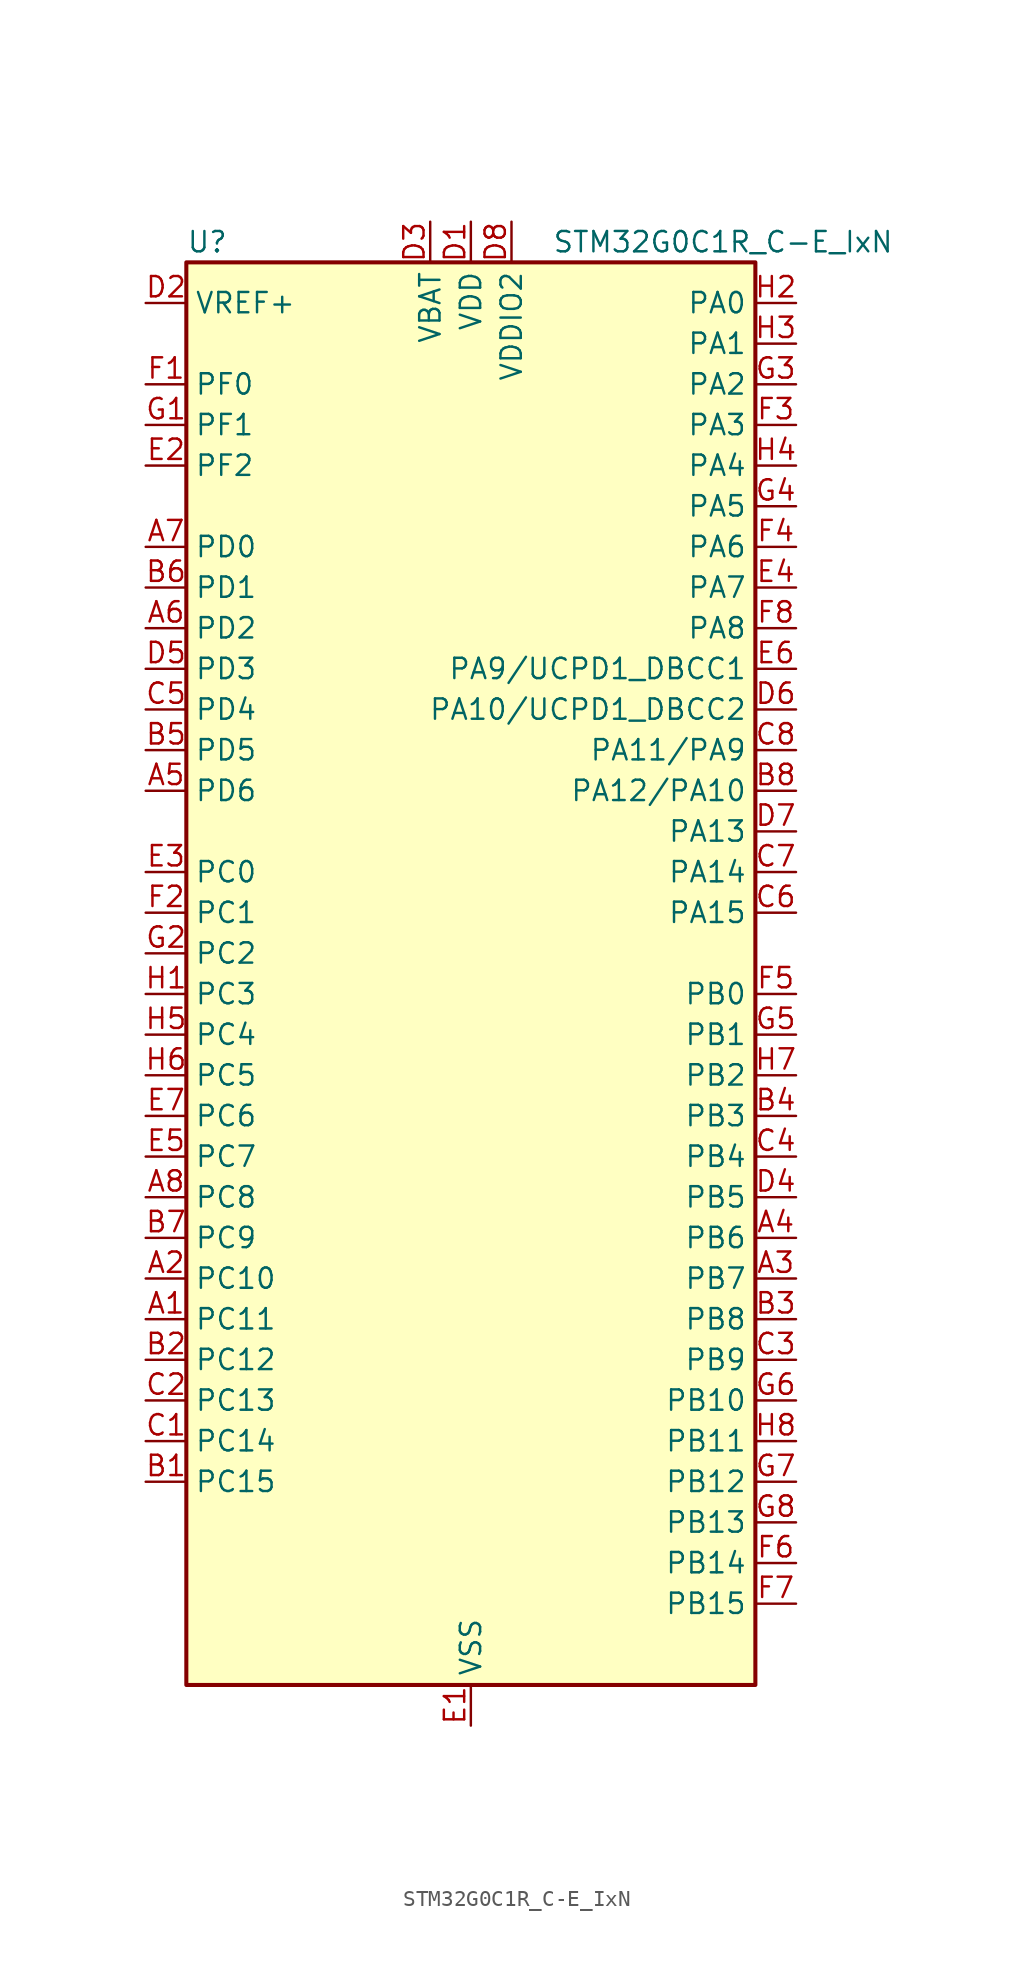
<source format=kicad_sym>
(kicad_symbol_lib
  (version 20231120)
  (generator "kicad_symbol_editor")
  (generator_version "8.0")
  (symbol "STM32G0C1R_C-E_IxN"
    (property "Reference" "U"
      (at -17.78 46.99 0)
      (effects (font (size 1.27 1.27)) (justify left)))
    (property "Value" "STM32G0C1R_C-E_IxN"
      (at 5.08 46.99 0)
      (effects (font (size 1.27 1.27)) (justify left)))
    (property "ki_locked" ""
      (at 0 0 0)
      (effects (font (size 1.27 1.27))))
    (symbol "STM32G0C1R_C-E_IxN_0_1"
      (rectangle (start -17.78 -43.18) (end 17.78 45.72) (stroke (width 0.254) (type default)) (fill (type background))))
    (symbol "STM32G0C1R_C-E_IxN_1_1"
      (pin bidirectional line (at -20.32 -20.32 0) (length 2.54) (name "PC11" (effects (font (size 1.27 1.27)))) (number "A1" (effects (font (size 1.27 1.27)))) (alternate "ADC1_EXTI11" bidirectional line) (alternate "SPI3_MISO" bidirectional line) (alternate "TIM1_CH4" bidirectional line) (alternate "USART3_RX" bidirectional line) (alternate "USART4_RX" bidirectional line))
      (pin bidirectional line (at -20.32 -17.78 0) (length 2.54) (name "PC10" (effects (font (size 1.27 1.27)))) (number "A2" (effects (font (size 1.27 1.27)))) (alternate "SPI3_SCK" bidirectional line) (alternate "TIM1_CH3" bidirectional line) (alternate "USART3_TX" bidirectional line) (alternate "USART4_TX" bidirectional line))
      (pin bidirectional line (at 20.32 -17.78 180) (length 2.54) (name "PB7" (effects (font (size 1.27 1.27)))) (number "A3" (effects (font (size 1.27 1.27)))) (alternate "COMP2_INM" bidirectional line) (alternate "I2C1_SDA" bidirectional line) (alternate "I2S2_SD" bidirectional line) (alternate "LPTIM1_IN2" bidirectional line) (alternate "LPUART2_RX" bidirectional line) (alternate "SPI2_MOSI" bidirectional line) (alternate "SYS_PVD_IN" bidirectional line) (alternate "TIM17_CH1N" bidirectional line) (alternate "TIM4_CH2" bidirectional line) (alternate "USART1_RX" bidirectional line) (alternate "USART4_CTS" bidirectional line) (alternate "USART4_NSS" bidirectional line))
      (pin bidirectional line (at 20.32 -15.24 180) (length 2.54) (name "PB6" (effects (font (size 1.27 1.27)))) (number "A4" (effects (font (size 1.27 1.27)))) (alternate "COMP2_INP" bidirectional line) (alternate "FDCAN2_TX" bidirectional line) (alternate "I2C1_SCL" bidirectional line) (alternate "I2S2_MCK" bidirectional line) (alternate "LPTIM1_ETR" bidirectional line) (alternate "LPUART2_TX" bidirectional line) (alternate "SPI2_MISO" bidirectional line) (alternate "TIM16_CH1N" bidirectional line) (alternate "TIM1_CH3" bidirectional line) (alternate "TIM4_CH1" bidirectional line) (alternate "USART1_TX" bidirectional line) (alternate "USART5_CTS" bidirectional line) (alternate "USART5_NSS" bidirectional line))
      (pin bidirectional line (at -20.32 12.7 0) (length 2.54) (name "PD6" (effects (font (size 1.27 1.27)))) (number "A5" (effects (font (size 1.27 1.27)))) (alternate "I2S1_SD" bidirectional line) (alternate "LPTIM2_OUT" bidirectional line) (alternate "SPI1_MOSI" bidirectional line) (alternate "USART2_RX" bidirectional line))
      (pin bidirectional line (at -20.32 22.86 0) (length 2.54) (name "PD2" (effects (font (size 1.27 1.27)))) (number "A6" (effects (font (size 1.27 1.27)))) (alternate "TIM1_CH1N" bidirectional line) (alternate "TIM3_ETR" bidirectional line) (alternate "UCPD2_CC2" bidirectional line) (alternate "USART3_CK" bidirectional line) (alternate "USART3_DE" bidirectional line) (alternate "USART3_RTS" bidirectional line) (alternate "USART5_RX" bidirectional line))
      (pin bidirectional line (at -20.32 27.94 0) (length 2.54) (name "PD0" (effects (font (size 1.27 1.27)))) (number "A7" (effects (font (size 1.27 1.27)))) (alternate "FDCAN1_RX" bidirectional line) (alternate "I2S2_WS" bidirectional line) (alternate "SPI2_NSS" bidirectional line) (alternate "TIM16_CH1" bidirectional line) (alternate "UCPD2_CC1" bidirectional line))
      (pin bidirectional line (at -20.32 -12.7 0) (length 2.54) (name "PC8" (effects (font (size 1.27 1.27)))) (number "A8" (effects (font (size 1.27 1.27)))) (alternate "LPUART2_CTS" bidirectional line) (alternate "TIM1_CH1" bidirectional line) (alternate "TIM3_CH3" bidirectional line) (alternate "UCPD2_FRSTX1" bidirectional line) (alternate "UCPD2_FRSTX2" bidirectional line))
      (pin bidirectional line (at -20.32 -30.48 0) (length 2.54) (name "PC15" (effects (font (size 1.27 1.27)))) (number "B1" (effects (font (size 1.27 1.27)))) (alternate "RCC_OSC32_EN" bidirectional line) (alternate "RCC_OSC32_OUT" bidirectional line) (alternate "RCC_OSC_EN" bidirectional line) (alternate "TIM15_BK" bidirectional line))
      (pin bidirectional line (at -20.32 -22.86 0) (length 2.54) (name "PC12" (effects (font (size 1.27 1.27)))) (number "B2" (effects (font (size 1.27 1.27)))) (alternate "LPTIM1_IN1" bidirectional line) (alternate "SPI3_MOSI" bidirectional line) (alternate "TIM14_CH1" bidirectional line) (alternate "UCPD1_FRSTX1" bidirectional line) (alternate "UCPD1_FRSTX2" bidirectional line) (alternate "USART5_TX" bidirectional line))
      (pin bidirectional line (at 20.32 -20.32 180) (length 2.54) (name "PB8" (effects (font (size 1.27 1.27)))) (number "B3" (effects (font (size 1.27 1.27)))) (alternate "CEC" bidirectional line) (alternate "FDCAN1_RX" bidirectional line) (alternate "I2C1_SCL" bidirectional line) (alternate "I2S2_CK" bidirectional line) (alternate "SPI2_SCK" bidirectional line) (alternate "TIM15_BK" bidirectional line) (alternate "TIM16_CH1" bidirectional line) (alternate "TIM4_CH3" bidirectional line) (alternate "USART3_TX" bidirectional line) (alternate "USART6_TX" bidirectional line))
      (pin bidirectional line (at 20.32 -7.62 180) (length 2.54) (name "PB3" (effects (font (size 1.27 1.27)))) (number "B4" (effects (font (size 1.27 1.27)))) (alternate "COMP2_INM" bidirectional line) (alternate "I2C2_SCL" bidirectional line) (alternate "I2C3_SCL" bidirectional line) (alternate "I2S1_CK" bidirectional line) (alternate "SPI1_SCK" bidirectional line) (alternate "SPI3_SCK" bidirectional line) (alternate "TIM1_CH2" bidirectional line) (alternate "TIM2_CH2" bidirectional line) (alternate "USART1_CK" bidirectional line) (alternate "USART1_DE" bidirectional line) (alternate "USART1_RTS" bidirectional line) (alternate "USART5_TX" bidirectional line))
      (pin bidirectional line (at -20.32 15.24 0) (length 2.54) (name "PD5" (effects (font (size 1.27 1.27)))) (number "B5" (effects (font (size 1.27 1.27)))) (alternate "I2S1_MCK" bidirectional line) (alternate "SPI1_MISO" bidirectional line) (alternate "TIM1_BK" bidirectional line) (alternate "USART2_TX" bidirectional line) (alternate "USART5_CTS" bidirectional line) (alternate "USART5_NSS" bidirectional line))
      (pin bidirectional line (at -20.32 25.4 0) (length 2.54) (name "PD1" (effects (font (size 1.27 1.27)))) (number "B6" (effects (font (size 1.27 1.27)))) (alternate "FDCAN1_TX" bidirectional line) (alternate "I2S2_CK" bidirectional line) (alternate "SPI2_SCK" bidirectional line) (alternate "TIM17_CH1" bidirectional line) (alternate "UCPD2_DBCC1" bidirectional line))
      (pin bidirectional line (at -20.32 -15.24 0) (length 2.54) (name "PC9" (effects (font (size 1.27 1.27)))) (number "B7" (effects (font (size 1.27 1.27)))) (alternate "DAC1_EXTI9" bidirectional line) (alternate "I2S_CKIN" bidirectional line) (alternate "LPUART2_DE" bidirectional line) (alternate "LPUART2_RTS" bidirectional line) (alternate "TIM1_CH2" bidirectional line) (alternate "TIM3_CH4" bidirectional line) (alternate "USB_NOE" bidirectional line))
      (pin bidirectional line (at 20.32 12.7 180) (length 2.54) (name "PA12/PA10" (effects (font (size 1.27 1.27)))) (number "B8" (effects (font (size 1.27 1.27)))) (alternate "COMP2_OUT" bidirectional line) (alternate "FDCAN1_TX" bidirectional line) (alternate "I2C2_SDA" bidirectional line) (alternate "I2S1_SD" bidirectional line) (alternate "I2S_CKIN" bidirectional line) (alternate "SPI1_MOSI" bidirectional line) (alternate "TIM1_ETR" bidirectional line) (alternate "USART1_CK" bidirectional line) (alternate "USART1_DE" bidirectional line) (alternate "USART1_RTS" bidirectional line) (alternate "USB_DP" bidirectional line))
      (pin bidirectional line (at -20.32 -27.94 0) (length 2.54) (name "PC14" (effects (font (size 1.27 1.27)))) (number "C1" (effects (font (size 1.27 1.27)))) (alternate "RCC_OSC32_IN" bidirectional line) (alternate "TIM1_BK2" bidirectional line))
      (pin bidirectional line (at -20.32 -25.4 0) (length 2.54) (name "PC13" (effects (font (size 1.27 1.27)))) (number "C2" (effects (font (size 1.27 1.27)))) (alternate "RTC_OUT1" bidirectional line) (alternate "RTC_TAMP_IN1" bidirectional line) (alternate "RTC_TS" bidirectional line) (alternate "SYS_WKUP2" bidirectional line) (alternate "TIM1_BK" bidirectional line))
      (pin bidirectional line (at 20.32 -22.86 180) (length 2.54) (name "PB9" (effects (font (size 1.27 1.27)))) (number "C3" (effects (font (size 1.27 1.27)))) (alternate "DAC1_EXTI9" bidirectional line) (alternate "FDCAN1_TX" bidirectional line) (alternate "I2C1_SDA" bidirectional line) (alternate "I2S2_WS" bidirectional line) (alternate "IR_OUT" bidirectional line) (alternate "SPI2_NSS" bidirectional line) (alternate "TIM17_CH1" bidirectional line) (alternate "TIM4_CH4" bidirectional line) (alternate "UCPD2_FRSTX1" bidirectional line) (alternate "UCPD2_FRSTX2" bidirectional line) (alternate "USART3_RX" bidirectional line) (alternate "USART6_RX" bidirectional line))
      (pin bidirectional line (at 20.32 -10.16 180) (length 2.54) (name "PB4" (effects (font (size 1.27 1.27)))) (number "C4" (effects (font (size 1.27 1.27)))) (alternate "COMP2_INP" bidirectional line) (alternate "I2C2_SDA" bidirectional line) (alternate "I2C3_SDA" bidirectional line) (alternate "I2S1_MCK" bidirectional line) (alternate "SPI1_MISO" bidirectional line) (alternate "SPI3_MISO" bidirectional line) (alternate "TIM17_BK" bidirectional line) (alternate "TIM3_CH1" bidirectional line) (alternate "USART1_CTS" bidirectional line) (alternate "USART1_NSS" bidirectional line) (alternate "USART5_RX" bidirectional line))
      (pin bidirectional line (at -20.32 17.78 0) (length 2.54) (name "PD4" (effects (font (size 1.27 1.27)))) (number "C5" (effects (font (size 1.27 1.27)))) (alternate "I2S2_SD" bidirectional line) (alternate "SPI2_MOSI" bidirectional line) (alternate "TIM1_CH3N" bidirectional line) (alternate "USART2_CK" bidirectional line) (alternate "USART2_DE" bidirectional line) (alternate "USART2_RTS" bidirectional line) (alternate "USART5_CK" bidirectional line) (alternate "USART5_DE" bidirectional line) (alternate "USART5_RTS" bidirectional line))
      (pin bidirectional line (at 20.32 5.08 180) (length 2.54) (name "PA15" (effects (font (size 1.27 1.27)))) (number "C6" (effects (font (size 1.27 1.27)))) (alternate "I2C2_SMBA" bidirectional line) (alternate "I2S1_WS" bidirectional line) (alternate "RCC_MCO_2" bidirectional line) (alternate "SPI1_NSS" bidirectional line) (alternate "SPI3_NSS" bidirectional line) (alternate "TIM2_CH1" bidirectional line) (alternate "TIM2_ETR" bidirectional line) (alternate "USART2_RX" bidirectional line) (alternate "USART3_CK" bidirectional line) (alternate "USART3_DE" bidirectional line) (alternate "USART3_RTS" bidirectional line) (alternate "USART4_CK" bidirectional line) (alternate "USART4_DE" bidirectional line) (alternate "USART4_RTS" bidirectional line) (alternate "USB_NOE" bidirectional line))
      (pin bidirectional line (at 20.32 7.62 180) (length 2.54) (name "PA14" (effects (font (size 1.27 1.27)))) (number "C7" (effects (font (size 1.27 1.27)))) (alternate "LPUART2_TX" bidirectional line) (alternate "SYS_SWCLK" bidirectional line) (alternate "USART2_TX" bidirectional line))
      (pin bidirectional line (at 20.32 15.24 180) (length 2.54) (name "PA11/PA9" (effects (font (size 1.27 1.27)))) (number "C8" (effects (font (size 1.27 1.27)))) (alternate "ADC1_EXTI11" bidirectional line) (alternate "COMP1_OUT" bidirectional line) (alternate "FDCAN1_RX" bidirectional line) (alternate "I2C2_SCL" bidirectional line) (alternate "I2S1_MCK" bidirectional line) (alternate "SPI1_MISO" bidirectional line) (alternate "TIM1_BK2" bidirectional line) (alternate "TIM1_CH4" bidirectional line) (alternate "USART1_CTS" bidirectional line) (alternate "USART1_NSS" bidirectional line) (alternate "USB_DM" bidirectional line))
      (pin power_in line (at 0 48.26 270) (length 2.54) (name "VDD" (effects (font (size 1.27 1.27)))) (number "D1" (effects (font (size 1.27 1.27)))))
      (pin input line (at -20.32 43.18 0) (length 2.54) (name "VREF+" (effects (font (size 1.27 1.27)))) (number "D2" (effects (font (size 1.27 1.27)))) (alternate "VREFBUF_OUT" bidirectional line))
      (pin power_in line (at -2.54 48.26 270) (length 2.54) (name "VBAT" (effects (font (size 1.27 1.27)))) (number "D3" (effects (font (size 1.27 1.27)))))
      (pin bidirectional line (at 20.32 -12.7 180) (length 2.54) (name "PB5" (effects (font (size 1.27 1.27)))) (number "D4" (effects (font (size 1.27 1.27)))) (alternate "COMP2_OUT" bidirectional line) (alternate "FDCAN2_RX" bidirectional line) (alternate "I2C1_SMBA" bidirectional line) (alternate "I2S1_SD" bidirectional line) (alternate "LPTIM1_IN1" bidirectional line) (alternate "SPI1_MOSI" bidirectional line) (alternate "SPI3_MOSI" bidirectional line) (alternate "SYS_WKUP6" bidirectional line) (alternate "TIM16_BK" bidirectional line) (alternate "TIM3_CH2" bidirectional line) (alternate "USART5_CK" bidirectional line) (alternate "USART5_DE" bidirectional line) (alternate "USART5_RTS" bidirectional line))
      (pin bidirectional line (at -20.32 20.32 0) (length 2.54) (name "PD3" (effects (font (size 1.27 1.27)))) (number "D5" (effects (font (size 1.27 1.27)))) (alternate "I2S2_MCK" bidirectional line) (alternate "SPI2_MISO" bidirectional line) (alternate "TIM1_CH2N" bidirectional line) (alternate "UCPD2_DBCC2" bidirectional line) (alternate "USART2_CTS" bidirectional line) (alternate "USART2_NSS" bidirectional line) (alternate "USART5_TX" bidirectional line))
      (pin bidirectional line (at 20.32 17.78 180) (length 2.54) (name "PA10/UCPD1_DBCC2" (effects (font (size 1.27 1.27)))) (number "D6" (effects (font (size 1.27 1.27)))) (alternate "I2C1_SDA" bidirectional line) (alternate "I2C2_SDA" bidirectional line) (alternate "I2S2_SD" bidirectional line) (alternate "RCC_MCO_2" bidirectional line) (alternate "SPI2_MOSI" bidirectional line) (alternate "TIM17_BK" bidirectional line) (alternate "TIM1_CH3" bidirectional line) (alternate "UCPD1_DBCC2" bidirectional line) (alternate "USART1_RX" bidirectional line))
      (pin bidirectional line (at 20.32 10.16 180) (length 2.54) (name "PA13" (effects (font (size 1.27 1.27)))) (number "D7" (effects (font (size 1.27 1.27)))) (alternate "IR_OUT" bidirectional line) (alternate "LPUART2_RX" bidirectional line) (alternate "SYS_SWDIO" bidirectional line) (alternate "USB_NOE" bidirectional line))
      (pin power_in line (at 2.54 48.26 270) (length 2.54) (name "VDDIO2" (effects (font (size 1.27 1.27)))) (number "D8" (effects (font (size 1.27 1.27)))))
      (pin power_in line (at 0 -45.72 90) (length 2.54) (name "VSS" (effects (font (size 1.27 1.27)))) (number "E1" (effects (font (size 1.27 1.27)))))
      (pin bidirectional line (at -20.32 33.02 0) (length 2.54) (name "PF2" (effects (font (size 1.27 1.27)))) (number "E2" (effects (font (size 1.27 1.27)))) (alternate "LPUART2_DE" bidirectional line) (alternate "LPUART2_RTS" bidirectional line) (alternate "LPUART2_TX" bidirectional line) (alternate "RCC_MCO" bidirectional line))
      (pin bidirectional line (at -20.32 7.62 0) (length 2.54) (name "PC0" (effects (font (size 1.27 1.27)))) (number "E3" (effects (font (size 1.27 1.27)))) (alternate "COMP3_INM" bidirectional line) (alternate "COMP3_OUT" bidirectional line) (alternate "I2C3_SCL" bidirectional line) (alternate "LPTIM1_IN1" bidirectional line) (alternate "LPTIM2_IN1" bidirectional line) (alternate "LPUART1_RX" bidirectional line) (alternate "LPUART2_TX" bidirectional line) (alternate "USART6_TX" bidirectional line))
      (pin bidirectional line (at 20.32 25.4 180) (length 2.54) (name "PA7" (effects (font (size 1.27 1.27)))) (number "E4" (effects (font (size 1.27 1.27)))) (alternate "ADC1_IN7" bidirectional line) (alternate "COMP2_OUT" bidirectional line) (alternate "I2C2_SCL" bidirectional line) (alternate "I2C3_SCL" bidirectional line) (alternate "I2S1_SD" bidirectional line) (alternate "SPI1_MOSI" bidirectional line) (alternate "TIM14_CH1" bidirectional line) (alternate "TIM17_CH1" bidirectional line) (alternate "TIM1_CH1N" bidirectional line) (alternate "TIM3_CH2" bidirectional line) (alternate "UCPD1_FRSTX1" bidirectional line) (alternate "UCPD1_FRSTX2" bidirectional line) (alternate "USART6_CK" bidirectional line) (alternate "USART6_DE" bidirectional line) (alternate "USART6_RTS" bidirectional line))
      (pin bidirectional line (at -20.32 -10.16 0) (length 2.54) (name "PC7" (effects (font (size 1.27 1.27)))) (number "E5" (effects (font (size 1.27 1.27)))) (alternate "LPUART2_RX" bidirectional line) (alternate "TIM2_CH4" bidirectional line) (alternate "TIM3_CH2" bidirectional line) (alternate "UCPD2_FRSTX1" bidirectional line) (alternate "UCPD2_FRSTX2" bidirectional line))
      (pin bidirectional line (at 20.32 20.32 180) (length 2.54) (name "PA9/UCPD1_DBCC1" (effects (font (size 1.27 1.27)))) (number "E6" (effects (font (size 1.27 1.27)))) (alternate "DAC1_EXTI9" bidirectional line) (alternate "I2C1_SCL" bidirectional line) (alternate "I2C2_SCL" bidirectional line) (alternate "I2S2_MCK" bidirectional line) (alternate "RCC_MCO" bidirectional line) (alternate "SPI2_MISO" bidirectional line) (alternate "TIM15_BK" bidirectional line) (alternate "TIM1_CH2" bidirectional line) (alternate "UCPD1_DBCC1" bidirectional line) (alternate "USART1_TX" bidirectional line))
      (pin bidirectional line (at -20.32 -7.62 0) (length 2.54) (name "PC6" (effects (font (size 1.27 1.27)))) (number "E7" (effects (font (size 1.27 1.27)))) (alternate "LPUART2_TX" bidirectional line) (alternate "TIM2_CH3" bidirectional line) (alternate "TIM3_CH1" bidirectional line) (alternate "UCPD1_FRSTX1" bidirectional line) (alternate "UCPD1_FRSTX2" bidirectional line))
      (pin passive line (at 0 -45.72 90) (length 2.54) hide (name "VSS" (effects (font (size 1.27 1.27)))) (number "E8" (effects (font (size 1.27 1.27)))))
      (pin bidirectional line (at -20.32 38.1 0) (length 2.54) (name "PF0" (effects (font (size 1.27 1.27)))) (number "F1" (effects (font (size 1.27 1.27)))) (alternate "CRS1_SYNC" bidirectional line) (alternate "RCC_OSC_IN" bidirectional line) (alternate "TIM14_CH1" bidirectional line))
      (pin bidirectional line (at -20.32 5.08 0) (length 2.54) (name "PC1" (effects (font (size 1.27 1.27)))) (number "F2" (effects (font (size 1.27 1.27)))) (alternate "COMP3_INP" bidirectional line) (alternate "I2C3_SDA" bidirectional line) (alternate "LPTIM1_OUT" bidirectional line) (alternate "LPUART1_TX" bidirectional line) (alternate "LPUART2_RX" bidirectional line) (alternate "TIM15_CH1" bidirectional line) (alternate "USART6_RX" bidirectional line))
      (pin bidirectional line (at 20.32 35.56 180) (length 2.54) (name "PA3" (effects (font (size 1.27 1.27)))) (number "F3" (effects (font (size 1.27 1.27)))) (alternate "ADC1_IN3" bidirectional line) (alternate "COMP2_INP" bidirectional line) (alternate "I2S2_MCK" bidirectional line) (alternate "LPUART1_RX" bidirectional line) (alternate "SPI2_MISO" bidirectional line) (alternate "TIM15_CH2" bidirectional line) (alternate "TIM2_CH4" bidirectional line) (alternate "UCPD2_FRSTX1" bidirectional line) (alternate "UCPD2_FRSTX2" bidirectional line) (alternate "USART2_RX" bidirectional line))
      (pin bidirectional line (at 20.32 27.94 180) (length 2.54) (name "PA6" (effects (font (size 1.27 1.27)))) (number "F4" (effects (font (size 1.27 1.27)))) (alternate "ADC1_IN6" bidirectional line) (alternate "COMP1_OUT" bidirectional line) (alternate "I2C2_SDA" bidirectional line) (alternate "I2C3_SDA" bidirectional line) (alternate "I2S1_MCK" bidirectional line) (alternate "LPUART1_CTS" bidirectional line) (alternate "SPI1_MISO" bidirectional line) (alternate "TIM16_CH1" bidirectional line) (alternate "TIM1_BK" bidirectional line) (alternate "TIM3_CH1" bidirectional line) (alternate "USART3_CTS" bidirectional line) (alternate "USART3_NSS" bidirectional line) (alternate "USART6_CTS" bidirectional line) (alternate "USART6_NSS" bidirectional line))
      (pin bidirectional line (at 20.32 0 180) (length 2.54) (name "PB0" (effects (font (size 1.27 1.27)))) (number "F5" (effects (font (size 1.27 1.27)))) (alternate "ADC1_IN8" bidirectional line) (alternate "COMP1_OUT" bidirectional line) (alternate "COMP3_INP" bidirectional line) (alternate "FDCAN2_RX" bidirectional line) (alternate "I2S1_WS" bidirectional line) (alternate "LPTIM1_OUT" bidirectional line) (alternate "LPUART2_CTS" bidirectional line) (alternate "SPI1_NSS" bidirectional line) (alternate "TIM1_CH2N" bidirectional line) (alternate "TIM3_CH3" bidirectional line) (alternate "UCPD1_FRSTX1" bidirectional line) (alternate "UCPD1_FRSTX2" bidirectional line) (alternate "USART3_RX" bidirectional line) (alternate "USART5_TX" bidirectional line))
      (pin bidirectional line (at 20.32 -35.56 180) (length 2.54) (name "PB14" (effects (font (size 1.27 1.27)))) (number "F6" (effects (font (size 1.27 1.27)))) (alternate "I2C2_SDA" bidirectional line) (alternate "I2S2_MCK" bidirectional line) (alternate "SPI2_MISO" bidirectional line) (alternate "TIM15_CH1" bidirectional line) (alternate "TIM1_CH2N" bidirectional line) (alternate "UCPD1_FRSTX1" bidirectional line) (alternate "UCPD1_FRSTX2" bidirectional line) (alternate "USART3_CK" bidirectional line) (alternate "USART3_DE" bidirectional line) (alternate "USART3_RTS" bidirectional line) (alternate "USART6_CK" bidirectional line) (alternate "USART6_DE" bidirectional line) (alternate "USART6_RTS" bidirectional line))
      (pin bidirectional line (at 20.32 -38.1 180) (length 2.54) (name "PB15" (effects (font (size 1.27 1.27)))) (number "F7" (effects (font (size 1.27 1.27)))) (alternate "I2S2_SD" bidirectional line) (alternate "RTC_REFIN" bidirectional line) (alternate "SPI2_MOSI" bidirectional line) (alternate "TIM15_CH1N" bidirectional line) (alternate "TIM15_CH2" bidirectional line) (alternate "TIM1_CH3N" bidirectional line) (alternate "UCPD1_CC2" bidirectional line) (alternate "USART6_CTS" bidirectional line) (alternate "USART6_NSS" bidirectional line))
      (pin bidirectional line (at 20.32 22.86 180) (length 2.54) (name "PA8" (effects (font (size 1.27 1.27)))) (number "F8" (effects (font (size 1.27 1.27)))) (alternate "CRS1_SYNC" bidirectional line) (alternate "I2C2_SMBA" bidirectional line) (alternate "I2S2_WS" bidirectional line) (alternate "LPTIM2_OUT" bidirectional line) (alternate "RCC_MCO" bidirectional line) (alternate "SPI2_NSS" bidirectional line) (alternate "TIM1_CH1" bidirectional line) (alternate "UCPD1_CC1" bidirectional line))
      (pin bidirectional line (at -20.32 35.56 0) (length 2.54) (name "PF1" (effects (font (size 1.27 1.27)))) (number "G1" (effects (font (size 1.27 1.27)))) (alternate "RCC_OSC_EN" bidirectional line) (alternate "RCC_OSC_OUT" bidirectional line) (alternate "TIM15_CH1N" bidirectional line))
      (pin bidirectional line (at -20.32 2.54 0) (length 2.54) (name "PC2" (effects (font (size 1.27 1.27)))) (number "G2" (effects (font (size 1.27 1.27)))) (alternate "COMP3_OUT" bidirectional line) (alternate "FDCAN2_RX" bidirectional line) (alternate "I2S2_MCK" bidirectional line) (alternate "LPTIM1_IN2" bidirectional line) (alternate "SPI2_MISO" bidirectional line) (alternate "TIM15_CH2" bidirectional line))
      (pin bidirectional line (at 20.32 38.1 180) (length 2.54) (name "PA2" (effects (font (size 1.27 1.27)))) (number "G3" (effects (font (size 1.27 1.27)))) (alternate "ADC1_IN2" bidirectional line) (alternate "COMP2_INM" bidirectional line) (alternate "COMP2_OUT" bidirectional line) (alternate "I2S1_SD" bidirectional line) (alternate "LPUART1_TX" bidirectional line) (alternate "RCC_LSCO" bidirectional line) (alternate "SPI1_MOSI" bidirectional line) (alternate "SYS_WKUP4" bidirectional line) (alternate "TIM15_CH1" bidirectional line) (alternate "TIM2_CH3" bidirectional line) (alternate "UCPD1_FRSTX1" bidirectional line) (alternate "UCPD1_FRSTX2" bidirectional line) (alternate "USART2_TX" bidirectional line))
      (pin bidirectional line (at 20.32 30.48 180) (length 2.54) (name "PA5" (effects (font (size 1.27 1.27)))) (number "G4" (effects (font (size 1.27 1.27)))) (alternate "ADC1_IN5" bidirectional line) (alternate "CEC" bidirectional line) (alternate "DAC1_OUT2" bidirectional line) (alternate "I2S1_CK" bidirectional line) (alternate "LPTIM2_ETR" bidirectional line) (alternate "SPI1_SCK" bidirectional line) (alternate "TIM2_CH1" bidirectional line) (alternate "TIM2_ETR" bidirectional line) (alternate "UCPD1_FRSTX1" bidirectional line) (alternate "UCPD1_FRSTX2" bidirectional line) (alternate "USART3_TX" bidirectional line) (alternate "USART6_RX" bidirectional line))
      (pin bidirectional line (at 20.32 -2.54 180) (length 2.54) (name "PB1" (effects (font (size 1.27 1.27)))) (number "G5" (effects (font (size 1.27 1.27)))) (alternate "ADC1_IN9" bidirectional line) (alternate "COMP1_INM" bidirectional line) (alternate "COMP3_OUT" bidirectional line) (alternate "FDCAN2_TX" bidirectional line) (alternate "LPTIM2_IN1" bidirectional line) (alternate "LPUART1_DE" bidirectional line) (alternate "LPUART1_RTS" bidirectional line) (alternate "LPUART2_DE" bidirectional line) (alternate "LPUART2_RTS" bidirectional line) (alternate "TIM14_CH1" bidirectional line) (alternate "TIM1_CH3N" bidirectional line) (alternate "TIM3_CH4" bidirectional line) (alternate "USART3_CK" bidirectional line) (alternate "USART3_DE" bidirectional line) (alternate "USART3_RTS" bidirectional line) (alternate "USART5_RX" bidirectional line))
      (pin bidirectional line (at 20.32 -25.4 180) (length 2.54) (name "PB10" (effects (font (size 1.27 1.27)))) (number "G6" (effects (font (size 1.27 1.27)))) (alternate "ADC1_IN11" bidirectional line) (alternate "CEC" bidirectional line) (alternate "COMP1_OUT" bidirectional line) (alternate "I2C2_SCL" bidirectional line) (alternate "I2S2_CK" bidirectional line) (alternate "LPUART1_RX" bidirectional line) (alternate "SPI2_SCK" bidirectional line) (alternate "TIM2_CH3" bidirectional line) (alternate "USART3_TX" bidirectional line))
      (pin bidirectional line (at 20.32 -30.48 180) (length 2.54) (name "PB12" (effects (font (size 1.27 1.27)))) (number "G7" (effects (font (size 1.27 1.27)))) (alternate "ADC1_IN16" bidirectional line) (alternate "FDCAN2_RX" bidirectional line) (alternate "I2C2_SMBA" bidirectional line) (alternate "I2S2_WS" bidirectional line) (alternate "LPUART1_DE" bidirectional line) (alternate "LPUART1_RTS" bidirectional line) (alternate "SPI2_NSS" bidirectional line) (alternate "TIM15_BK" bidirectional line) (alternate "TIM1_BK" bidirectional line) (alternate "UCPD2_FRSTX1" bidirectional line) (alternate "UCPD2_FRSTX2" bidirectional line))
      (pin bidirectional line (at 20.32 -33.02 180) (length 2.54) (name "PB13" (effects (font (size 1.27 1.27)))) (number "G8" (effects (font (size 1.27 1.27)))) (alternate "FDCAN2_TX" bidirectional line) (alternate "I2C2_SCL" bidirectional line) (alternate "I2S2_CK" bidirectional line) (alternate "LPUART1_CTS" bidirectional line) (alternate "SPI2_SCK" bidirectional line) (alternate "TIM15_CH1N" bidirectional line) (alternate "TIM1_CH1N" bidirectional line) (alternate "USART3_CTS" bidirectional line) (alternate "USART3_NSS" bidirectional line))
      (pin bidirectional line (at -20.32 0 0) (length 2.54) (name "PC3" (effects (font (size 1.27 1.27)))) (number "H1" (effects (font (size 1.27 1.27)))) (alternate "FDCAN2_TX" bidirectional line) (alternate "I2S2_SD" bidirectional line) (alternate "LPTIM1_ETR" bidirectional line) (alternate "LPTIM2_ETR" bidirectional line) (alternate "SPI2_MOSI" bidirectional line))
      (pin bidirectional line (at 20.32 43.18 180) (length 2.54) (name "PA0" (effects (font (size 1.27 1.27)))) (number "H2" (effects (font (size 1.27 1.27)))) (alternate "ADC1_IN0" bidirectional line) (alternate "COMP1_INM" bidirectional line) (alternate "COMP1_OUT" bidirectional line) (alternate "I2S2_CK" bidirectional line) (alternate "LPTIM1_OUT" bidirectional line) (alternate "RTC_TAMP_IN2" bidirectional line) (alternate "SPI2_SCK" bidirectional line) (alternate "SYS_WKUP1" bidirectional line) (alternate "TIM2_CH1" bidirectional line) (alternate "TIM2_ETR" bidirectional line) (alternate "UCPD2_FRSTX1" bidirectional line) (alternate "UCPD2_FRSTX2" bidirectional line) (alternate "USART2_CTS" bidirectional line) (alternate "USART2_NSS" bidirectional line) (alternate "USART4_TX" bidirectional line))
      (pin bidirectional line (at 20.32 40.64 180) (length 2.54) (name "PA1" (effects (font (size 1.27 1.27)))) (number "H3" (effects (font (size 1.27 1.27)))) (alternate "ADC1_IN1" bidirectional line) (alternate "COMP1_INP" bidirectional line) (alternate "I2C1_SMBA" bidirectional line) (alternate "I2S1_CK" bidirectional line) (alternate "SPI1_SCK" bidirectional line) (alternate "TIM15_CH1N" bidirectional line) (alternate "TIM2_CH2" bidirectional line) (alternate "USART2_CK" bidirectional line) (alternate "USART2_DE" bidirectional line) (alternate "USART2_RTS" bidirectional line) (alternate "USART4_RX" bidirectional line))
      (pin bidirectional line (at 20.32 33.02 180) (length 2.54) (name "PA4" (effects (font (size 1.27 1.27)))) (number "H4" (effects (font (size 1.27 1.27)))) (alternate "ADC1_IN4" bidirectional line) (alternate "DAC1_OUT1" bidirectional line) (alternate "I2S1_WS" bidirectional line) (alternate "I2S2_SD" bidirectional line) (alternate "LPTIM2_OUT" bidirectional line) (alternate "RTC_OUT2" bidirectional line) (alternate "SPI1_NSS" bidirectional line) (alternate "SPI2_MOSI" bidirectional line) (alternate "SPI3_NSS" bidirectional line) (alternate "TIM14_CH1" bidirectional line) (alternate "UCPD2_FRSTX1" bidirectional line) (alternate "UCPD2_FRSTX2" bidirectional line) (alternate "USART6_TX" bidirectional line) (alternate "USB_NOE" bidirectional line))
      (pin bidirectional line (at -20.32 -2.54 0) (length 2.54) (name "PC4" (effects (font (size 1.27 1.27)))) (number "H5" (effects (font (size 1.27 1.27)))) (alternate "ADC1_IN17" bidirectional line) (alternate "COMP1_INM" bidirectional line) (alternate "FDCAN1_RX" bidirectional line) (alternate "TIM2_CH1" bidirectional line) (alternate "TIM2_ETR" bidirectional line) (alternate "USART1_TX" bidirectional line) (alternate "USART3_TX" bidirectional line))
      (pin bidirectional line (at -20.32 -5.08 0) (length 2.54) (name "PC5" (effects (font (size 1.27 1.27)))) (number "H6" (effects (font (size 1.27 1.27)))) (alternate "ADC1_IN18" bidirectional line) (alternate "COMP1_INP" bidirectional line) (alternate "FDCAN1_TX" bidirectional line) (alternate "SYS_WKUP5" bidirectional line) (alternate "TIM2_CH2" bidirectional line) (alternate "USART1_RX" bidirectional line) (alternate "USART3_RX" bidirectional line))
      (pin bidirectional line (at 20.32 -5.08 180) (length 2.54) (name "PB2" (effects (font (size 1.27 1.27)))) (number "H7" (effects (font (size 1.27 1.27)))) (alternate "ADC1_IN10" bidirectional line) (alternate "COMP1_INP" bidirectional line) (alternate "COMP3_INM" bidirectional line) (alternate "I2S2_MCK" bidirectional line) (alternate "LPTIM1_OUT" bidirectional line) (alternate "RCC_MCO_2" bidirectional line) (alternate "SPI2_MISO" bidirectional line) (alternate "USART3_TX" bidirectional line))
      (pin bidirectional line (at 20.32 -27.94 180) (length 2.54) (name "PB11" (effects (font (size 1.27 1.27)))) (number "H8" (effects (font (size 1.27 1.27)))) (alternate "ADC1_EXTI11" bidirectional line) (alternate "ADC1_IN15" bidirectional line) (alternate "COMP2_OUT" bidirectional line) (alternate "I2C2_SDA" bidirectional line) (alternate "I2S2_SD" bidirectional line) (alternate "LPUART1_TX" bidirectional line) (alternate "SPI2_MOSI" bidirectional line) (alternate "TIM2_CH4" bidirectional line) (alternate "USART3_RX" bidirectional line)))))
</source>
